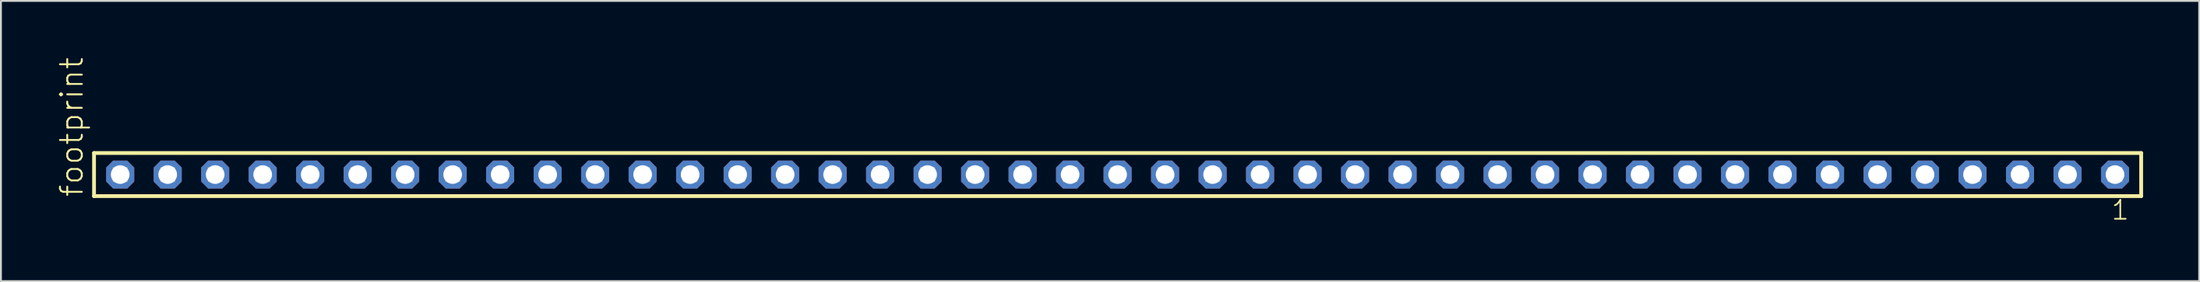
<source format=kicad_pcb>
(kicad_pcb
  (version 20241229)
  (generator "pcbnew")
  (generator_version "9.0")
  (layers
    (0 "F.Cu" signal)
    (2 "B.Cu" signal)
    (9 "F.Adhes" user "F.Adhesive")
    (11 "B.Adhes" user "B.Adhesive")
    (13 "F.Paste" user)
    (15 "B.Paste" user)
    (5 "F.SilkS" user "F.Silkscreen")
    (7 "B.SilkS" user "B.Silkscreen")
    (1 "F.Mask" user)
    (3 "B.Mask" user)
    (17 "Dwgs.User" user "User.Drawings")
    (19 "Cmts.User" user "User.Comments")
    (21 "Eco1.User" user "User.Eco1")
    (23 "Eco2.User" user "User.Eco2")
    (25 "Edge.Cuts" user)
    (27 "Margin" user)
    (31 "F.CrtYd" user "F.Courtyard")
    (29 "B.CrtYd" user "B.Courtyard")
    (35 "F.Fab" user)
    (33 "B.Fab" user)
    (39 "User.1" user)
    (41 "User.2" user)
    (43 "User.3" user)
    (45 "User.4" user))
  (footprint "footprint"
    (layer "F.Cu")
    (at 56.718 6.312)
    (property "Reference" "footprint" (at -55.245 1.27 90) (layer "F.SilkS") (effects (font (size 1.168 1.168) (thickness 0.102)) (justify left bottom)))
    (fp_line (start -54.739 -1.155) (end 54.739 -1.155) (stroke (width 0.203) (type solid)) (layer "F.SilkS"))
    (fp_line (start -54.739 1.155) (end -54.739 -1.155) (stroke (width 0.203) (type solid)) (layer "F.SilkS"))
    (fp_line (start 54.739 -1.155) (end 54.739 1.155) (stroke (width 0.203) (type solid)) (layer "F.SilkS"))
    (fp_line (start 54.739 1.155) (end -54.739 1.155) (stroke (width 0.203) (type solid)) (layer "F.SilkS"))
    (fp_poly (pts (xy -53.69 0.35) (xy -52.99 0.35) (xy -52.99 -0.35) (xy -53.69 -0.35)) (stroke (width 0.1) (type solid)) (fill no) (layer "F.Fab"))
    (fp_poly (pts (xy -51.15 0.35) (xy -50.45 0.35) (xy -50.45 -0.35) (xy -51.15 -0.35)) (stroke (width 0.1) (type solid)) (fill no) (layer "F.Fab"))
    (fp_poly (pts (xy -48.61 0.35) (xy -47.91 0.35) (xy -47.91 -0.35) (xy -48.61 -0.35)) (stroke (width 0.1) (type solid)) (fill no) (layer "F.Fab"))
    (fp_poly (pts (xy -46.07 0.35) (xy -45.37 0.35) (xy -45.37 -0.35) (xy -46.07 -0.35)) (stroke (width 0.1) (type solid)) (fill no) (layer "F.Fab"))
    (fp_poly (pts (xy -43.53 0.35) (xy -42.83 0.35) (xy -42.83 -0.35) (xy -43.53 -0.35)) (stroke (width 0.1) (type solid)) (fill no) (layer "F.Fab"))
    (fp_poly (pts (xy -40.99 0.35) (xy -40.29 0.35) (xy -40.29 -0.35) (xy -40.99 -0.35)) (stroke (width 0.1) (type solid)) (fill no) (layer "F.Fab"))
    (fp_poly (pts (xy -38.45 0.35) (xy -37.75 0.35) (xy -37.75 -0.35) (xy -38.45 -0.35)) (stroke (width 0.1) (type solid)) (fill no) (layer "F.Fab"))
    (fp_poly (pts (xy -35.91 0.35) (xy -35.21 0.35) (xy -35.21 -0.35) (xy -35.91 -0.35)) (stroke (width 0.1) (type solid)) (fill no) (layer "F.Fab"))
    (fp_poly (pts (xy -33.37 0.35) (xy -32.67 0.35) (xy -32.67 -0.35) (xy -33.37 -0.35)) (stroke (width 0.1) (type solid)) (fill no) (layer "F.Fab"))
    (fp_poly (pts (xy -30.83 0.35) (xy -30.13 0.35) (xy -30.13 -0.35) (xy -30.83 -0.35)) (stroke (width 0.1) (type solid)) (fill no) (layer "F.Fab"))
    (fp_poly (pts (xy -28.29 0.35) (xy -27.59 0.35) (xy -27.59 -0.35) (xy -28.29 -0.35)) (stroke (width 0.1) (type solid)) (fill no) (layer "F.Fab"))
    (fp_poly (pts (xy -25.75 0.35) (xy -25.05 0.35) (xy -25.05 -0.35) (xy -25.75 -0.35)) (stroke (width 0.1) (type solid)) (fill no) (layer "F.Fab"))
    (fp_poly (pts (xy -23.21 0.35) (xy -22.51 0.35) (xy -22.51 -0.35) (xy -23.21 -0.35)) (stroke (width 0.1) (type solid)) (fill no) (layer "F.Fab"))
    (fp_poly (pts (xy -20.67 0.35) (xy -19.97 0.35) (xy -19.97 -0.35) (xy -20.67 -0.35)) (stroke (width 0.1) (type solid)) (fill no) (layer "F.Fab"))
    (fp_poly (pts (xy -18.13 0.35) (xy -17.43 0.35) (xy -17.43 -0.35) (xy -18.13 -0.35)) (stroke (width 0.1) (type solid)) (fill no) (layer "F.Fab"))
    (fp_poly (pts (xy -15.59 0.35) (xy -14.89 0.35) (xy -14.89 -0.35) (xy -15.59 -0.35)) (stroke (width 0.1) (type solid)) (fill no) (layer "F.Fab"))
    (fp_poly (pts (xy -13.05 0.35) (xy -12.35 0.35) (xy -12.35 -0.35) (xy -13.05 -0.35)) (stroke (width 0.1) (type solid)) (fill no) (layer "F.Fab"))
    (fp_poly (pts (xy -10.51 0.35) (xy -9.81 0.35) (xy -9.81 -0.35) (xy -10.51 -0.35)) (stroke (width 0.1) (type solid)) (fill no) (layer "F.Fab"))
    (fp_poly (pts (xy -7.97 0.35) (xy -7.27 0.35) (xy -7.27 -0.35) (xy -7.97 -0.35)) (stroke (width 0.1) (type solid)) (fill no) (layer "F.Fab"))
    (fp_poly (pts (xy -5.43 0.35) (xy -4.73 0.35) (xy -4.73 -0.35) (xy -5.43 -0.35)) (stroke (width 0.1) (type solid)) (fill no) (layer "F.Fab"))
    (fp_poly (pts (xy -2.89 0.35) (xy -2.19 0.35) (xy -2.19 -0.35) (xy -2.89 -0.35)) (stroke (width 0.1) (type solid)) (fill no) (layer "F.Fab"))
    (fp_poly (pts (xy -0.35 0.35) (xy 0.35 0.35) (xy 0.35 -0.35) (xy -0.35 -0.35)) (stroke (width 0.1) (type solid)) (fill no) (layer "F.Fab"))
    (fp_poly (pts (xy 2.19 0.35) (xy 2.89 0.35) (xy 2.89 -0.35) (xy 2.19 -0.35)) (stroke (width 0.1) (type solid)) (fill no) (layer "F.Fab"))
    (fp_poly (pts (xy 4.73 0.35) (xy 5.43 0.35) (xy 5.43 -0.35) (xy 4.73 -0.35)) (stroke (width 0.1) (type solid)) (fill no) (layer "F.Fab"))
    (fp_poly (pts (xy 7.27 0.35) (xy 7.97 0.35) (xy 7.97 -0.35) (xy 7.27 -0.35)) (stroke (width 0.1) (type solid)) (fill no) (layer "F.Fab"))
    (fp_poly (pts (xy 9.81 0.35) (xy 10.51 0.35) (xy 10.51 -0.35) (xy 9.81 -0.35)) (stroke (width 0.1) (type solid)) (fill no) (layer "F.Fab"))
    (fp_poly (pts (xy 12.35 0.35) (xy 13.05 0.35) (xy 13.05 -0.35) (xy 12.35 -0.35)) (stroke (width 0.1) (type solid)) (fill no) (layer "F.Fab"))
    (fp_poly (pts (xy 14.89 0.35) (xy 15.59 0.35) (xy 15.59 -0.35) (xy 14.89 -0.35)) (stroke (width 0.1) (type solid)) (fill no) (layer "F.Fab"))
    (fp_poly (pts (xy 17.43 0.35) (xy 18.13 0.35) (xy 18.13 -0.35) (xy 17.43 -0.35)) (stroke (width 0.1) (type solid)) (fill no) (layer "F.Fab"))
    (fp_poly (pts (xy 19.97 0.35) (xy 20.67 0.35) (xy 20.67 -0.35) (xy 19.97 -0.35)) (stroke (width 0.1) (type solid)) (fill no) (layer "F.Fab"))
    (fp_poly (pts (xy 22.51 0.35) (xy 23.21 0.35) (xy 23.21 -0.35) (xy 22.51 -0.35)) (stroke (width 0.1) (type solid)) (fill no) (layer "F.Fab"))
    (fp_poly (pts (xy 25.05 0.35) (xy 25.75 0.35) (xy 25.75 -0.35) (xy 25.05 -0.35)) (stroke (width 0.1) (type solid)) (fill no) (layer "F.Fab"))
    (fp_poly (pts (xy 27.59 0.35) (xy 28.29 0.35) (xy 28.29 -0.35) (xy 27.59 -0.35)) (stroke (width 0.1) (type solid)) (fill no) (layer "F.Fab"))
    (fp_poly (pts (xy 30.13 0.35) (xy 30.83 0.35) (xy 30.83 -0.35) (xy 30.13 -0.35)) (stroke (width 0.1) (type solid)) (fill no) (layer "F.Fab"))
    (fp_poly (pts (xy 32.67 0.35) (xy 33.37 0.35) (xy 33.37 -0.35) (xy 32.67 -0.35)) (stroke (width 0.1) (type solid)) (fill no) (layer "F.Fab"))
    (fp_poly (pts (xy 35.21 0.35) (xy 35.91 0.35) (xy 35.91 -0.35) (xy 35.21 -0.35)) (stroke (width 0.1) (type solid)) (fill no) (layer "F.Fab"))
    (fp_poly (pts (xy 37.75 0.35) (xy 38.45 0.35) (xy 38.45 -0.35) (xy 37.75 -0.35)) (stroke (width 0.1) (type solid)) (fill no) (layer "F.Fab"))
    (fp_poly (pts (xy 40.29 0.35) (xy 40.99 0.35) (xy 40.99 -0.35) (xy 40.29 -0.35)) (stroke (width 0.1) (type solid)) (fill no) (layer "F.Fab"))
    (fp_poly (pts (xy 42.83 0.35) (xy 43.53 0.35) (xy 43.53 -0.35) (xy 42.83 -0.35)) (stroke (width 0.1) (type solid)) (fill no) (layer "F.Fab"))
    (fp_poly (pts (xy 45.37 0.35) (xy 46.07 0.35) (xy 46.07 -0.35) (xy 45.37 -0.35)) (stroke (width 0.1) (type solid)) (fill no) (layer "F.Fab"))
    (fp_poly (pts (xy 47.91 0.35) (xy 48.61 0.35) (xy 48.61 -0.35) (xy 47.91 -0.35)) (stroke (width 0.1) (type solid)) (fill no) (layer "F.Fab"))
    (fp_poly (pts (xy 50.45 0.35) (xy 51.15 0.35) (xy 51.15 -0.35) (xy 50.45 -0.35)) (stroke (width 0.1) (type solid)) (fill no) (layer "F.Fab"))
    (fp_poly (pts (xy 52.99 0.35) (xy 53.69 0.35) (xy 53.69 -0.35) (xy 52.99 -0.35)) (stroke (width 0.1) (type solid)) (fill no) (layer "F.Fab"))
    (fp_text user "1" (at 53.082 2.498 0) (layer "F.SilkS") (effects (font (size 1.012 1.012) (thickness 0.088)) (justify left bottom)))
    (pad "1" thru_hole roundrect (at 53.34 0 180) (size 1.5 1.5) (drill 1) (layers "*.Cu" "*.Mask") (roundrect_rratio 0.25) (chamfer_ratio 0.25) (chamfer top_left top_right bottom_left bottom_right))
    (pad "2" thru_hole roundrect (at 50.8 0 180) (size 1.5 1.5) (drill 1) (layers "*.Cu" "*.Mask") (roundrect_rratio 0.25) (chamfer_ratio 0.25) (chamfer top_left top_right bottom_left bottom_right))
    (pad "3" thru_hole roundrect (at 48.26 0 180) (size 1.5 1.5) (drill 1) (layers "*.Cu" "*.Mask") (roundrect_rratio 0.25) (chamfer_ratio 0.25) (chamfer top_left top_right bottom_left bottom_right))
    (pad "4" thru_hole roundrect (at 45.72 0 180) (size 1.5 1.5) (drill 1) (layers "*.Cu" "*.Mask") (roundrect_rratio 0.25) (chamfer_ratio 0.25) (chamfer top_left top_right bottom_left bottom_right))
    (pad "5" thru_hole roundrect (at 43.18 0 180) (size 1.5 1.5) (drill 1) (layers "*.Cu" "*.Mask") (roundrect_rratio 0.25) (chamfer_ratio 0.25) (chamfer top_left top_right bottom_left bottom_right))
    (pad "6" thru_hole roundrect (at 40.64 0 180) (size 1.5 1.5) (drill 1) (layers "*.Cu" "*.Mask") (roundrect_rratio 0.25) (chamfer_ratio 0.25) (chamfer top_left top_right bottom_left bottom_right))
    (pad "7" thru_hole roundrect (at 38.1 0 180) (size 1.5 1.5) (drill 1) (layers "*.Cu" "*.Mask") (roundrect_rratio 0.25) (chamfer_ratio 0.25) (chamfer top_left top_right bottom_left bottom_right))
    (pad "8" thru_hole roundrect (at 35.56 0 180) (size 1.5 1.5) (drill 1) (layers "*.Cu" "*.Mask") (roundrect_rratio 0.25) (chamfer_ratio 0.25) (chamfer top_left top_right bottom_left bottom_right))
    (pad "9" thru_hole roundrect (at 33.02 0 180) (size 1.5 1.5) (drill 1) (layers "*.Cu" "*.Mask") (roundrect_rratio 0.25) (chamfer_ratio 0.25) (chamfer top_left top_right bottom_left bottom_right))
    (pad "10" thru_hole roundrect (at 30.48 0 180) (size 1.5 1.5) (drill 1) (layers "*.Cu" "*.Mask") (roundrect_rratio 0.25) (chamfer_ratio 0.25) (chamfer top_left top_right bottom_left bottom_right))
    (pad "11" thru_hole roundrect (at 27.94 0 180) (size 1.5 1.5) (drill 1) (layers "*.Cu" "*.Mask") (roundrect_rratio 0.25) (chamfer_ratio 0.25) (chamfer top_left top_right bottom_left bottom_right))
    (pad "12" thru_hole roundrect (at 25.4 0 180) (size 1.5 1.5) (drill 1) (layers "*.Cu" "*.Mask") (roundrect_rratio 0.25) (chamfer_ratio 0.25) (chamfer top_left top_right bottom_left bottom_right))
    (pad "13" thru_hole roundrect (at 22.86 0 180) (size 1.5 1.5) (drill 1) (layers "*.Cu" "*.Mask") (roundrect_rratio 0.25) (chamfer_ratio 0.25) (chamfer top_left top_right bottom_left bottom_right))
    (pad "14" thru_hole roundrect (at 20.32 0 180) (size 1.5 1.5) (drill 1) (layers "*.Cu" "*.Mask") (roundrect_rratio 0.25) (chamfer_ratio 0.25) (chamfer top_left top_right bottom_left bottom_right))
    (pad "15" thru_hole roundrect (at 17.78 0 180) (size 1.5 1.5) (drill 1) (layers "*.Cu" "*.Mask") (roundrect_rratio 0.25) (chamfer_ratio 0.25) (chamfer top_left top_right bottom_left bottom_right))
    (pad "16" thru_hole roundrect (at 15.24 0 180) (size 1.5 1.5) (drill 1) (layers "*.Cu" "*.Mask") (roundrect_rratio 0.25) (chamfer_ratio 0.25) (chamfer top_left top_right bottom_left bottom_right))
    (pad "17" thru_hole roundrect (at 12.7 0 180) (size 1.5 1.5) (drill 1) (layers "*.Cu" "*.Mask") (roundrect_rratio 0.25) (chamfer_ratio 0.25) (chamfer top_left top_right bottom_left bottom_right))
    (pad "18" thru_hole roundrect (at 10.16 0 180) (size 1.5 1.5) (drill 1) (layers "*.Cu" "*.Mask") (roundrect_rratio 0.25) (chamfer_ratio 0.25) (chamfer top_left top_right bottom_left bottom_right))
    (pad "19" thru_hole roundrect (at 7.62 0 180) (size 1.5 1.5) (drill 1) (layers "*.Cu" "*.Mask") (roundrect_rratio 0.25) (chamfer_ratio 0.25) (chamfer top_left top_right bottom_left bottom_right))
    (pad "20" thru_hole roundrect (at 5.08 0 180) (size 1.5 1.5) (drill 1) (layers "*.Cu" "*.Mask") (roundrect_rratio 0.25) (chamfer_ratio 0.25) (chamfer top_left top_right bottom_left bottom_right))
    (pad "21" thru_hole roundrect (at 2.54 0 180) (size 1.5 1.5) (drill 1) (layers "*.Cu" "*.Mask") (roundrect_rratio 0.25) (chamfer_ratio 0.25) (chamfer top_left top_right bottom_left bottom_right))
    (pad "22" thru_hole roundrect (at 0 0 180) (size 1.5 1.5) (drill 1) (layers "*.Cu" "*.Mask") (roundrect_rratio 0.25) (chamfer_ratio 0.25) (chamfer top_left top_right bottom_left bottom_right))
    (pad "23" thru_hole roundrect (at -2.54 0 180) (size 1.5 1.5) (drill 1) (layers "*.Cu" "*.Mask") (roundrect_rratio 0.25) (chamfer_ratio 0.25) (chamfer top_left top_right bottom_left bottom_right))
    (pad "24" thru_hole roundrect (at -5.08 0 180) (size 1.5 1.5) (drill 1) (layers "*.Cu" "*.Mask") (roundrect_rratio 0.25) (chamfer_ratio 0.25) (chamfer top_left top_right bottom_left bottom_right))
    (pad "25" thru_hole roundrect (at -7.62 0 180) (size 1.5 1.5) (drill 1) (layers "*.Cu" "*.Mask") (roundrect_rratio 0.25) (chamfer_ratio 0.25) (chamfer top_left top_right bottom_left bottom_right))
    (pad "26" thru_hole roundrect (at -10.16 0 180) (size 1.5 1.5) (drill 1) (layers "*.Cu" "*.Mask") (roundrect_rratio 0.25) (chamfer_ratio 0.25) (chamfer top_left top_right bottom_left bottom_right))
    (pad "27" thru_hole roundrect (at -12.7 0 180) (size 1.5 1.5) (drill 1) (layers "*.Cu" "*.Mask") (roundrect_rratio 0.25) (chamfer_ratio 0.25) (chamfer top_left top_right bottom_left bottom_right))
    (pad "28" thru_hole roundrect (at -15.24 0 180) (size 1.5 1.5) (drill 1) (layers "*.Cu" "*.Mask") (roundrect_rratio 0.25) (chamfer_ratio 0.25) (chamfer top_left top_right bottom_left bottom_right))
    (pad "29" thru_hole roundrect (at -17.78 0 180) (size 1.5 1.5) (drill 1) (layers "*.Cu" "*.Mask") (roundrect_rratio 0.25) (chamfer_ratio 0.25) (chamfer top_left top_right bottom_left bottom_right))
    (pad "30" thru_hole roundrect (at -20.32 0 180) (size 1.5 1.5) (drill 1) (layers "*.Cu" "*.Mask") (roundrect_rratio 0.25) (chamfer_ratio 0.25) (chamfer top_left top_right bottom_left bottom_right))
    (pad "31" thru_hole roundrect (at -22.86 0 180) (size 1.5 1.5) (drill 1) (layers "*.Cu" "*.Mask") (roundrect_rratio 0.25) (chamfer_ratio 0.25) (chamfer top_left top_right bottom_left bottom_right))
    (pad "32" thru_hole roundrect (at -25.4 0 180) (size 1.5 1.5) (drill 1) (layers "*.Cu" "*.Mask") (roundrect_rratio 0.25) (chamfer_ratio 0.25) (chamfer top_left top_right bottom_left bottom_right))
    (pad "33" thru_hole roundrect (at -27.94 0 180) (size 1.5 1.5) (drill 1) (layers "*.Cu" "*.Mask") (roundrect_rratio 0.25) (chamfer_ratio 0.25) (chamfer top_left top_right bottom_left bottom_right))
    (pad "34" thru_hole roundrect (at -30.48 0 180) (size 1.5 1.5) (drill 1) (layers "*.Cu" "*.Mask") (roundrect_rratio 0.25) (chamfer_ratio 0.25) (chamfer top_left top_right bottom_left bottom_right))
    (pad "35" thru_hole roundrect (at -33.02 0 180) (size 1.5 1.5) (drill 1) (layers "*.Cu" "*.Mask") (roundrect_rratio 0.25) (chamfer_ratio 0.25) (chamfer top_left top_right bottom_left bottom_right))
    (pad "36" thru_hole roundrect (at -35.56 0 180) (size 1.5 1.5) (drill 1) (layers "*.Cu" "*.Mask") (roundrect_rratio 0.25) (chamfer_ratio 0.25) (chamfer top_left top_right bottom_left bottom_right))
    (pad "37" thru_hole roundrect (at -38.1 0 180) (size 1.5 1.5) (drill 1) (layers "*.Cu" "*.Mask") (roundrect_rratio 0.25) (chamfer_ratio 0.25) (chamfer top_left top_right bottom_left bottom_right))
    (pad "38" thru_hole roundrect (at -40.64 0 180) (size 1.5 1.5) (drill 1) (layers "*.Cu" "*.Mask") (roundrect_rratio 0.25) (chamfer_ratio 0.25) (chamfer top_left top_right bottom_left bottom_right))
    (pad "39" thru_hole roundrect (at -43.18 0 180) (size 1.5 1.5) (drill 1) (layers "*.Cu" "*.Mask") (roundrect_rratio 0.25) (chamfer_ratio 0.25) (chamfer top_left top_right bottom_left bottom_right))
    (pad "40" thru_hole roundrect (at -45.72 0 180) (size 1.5 1.5) (drill 1) (layers "*.Cu" "*.Mask") (roundrect_rratio 0.25) (chamfer_ratio 0.25) (chamfer top_left top_right bottom_left bottom_right))
    (pad "41" thru_hole roundrect (at -48.26 0 180) (size 1.5 1.5) (drill 1) (layers "*.Cu" "*.Mask") (roundrect_rratio 0.25) (chamfer_ratio 0.25) (chamfer top_left top_right bottom_left bottom_right))
    (pad "42" thru_hole roundrect (at -50.8 0 180) (size 1.5 1.5) (drill 1) (layers "*.Cu" "*.Mask") (roundrect_rratio 0.25) (chamfer_ratio 0.25) (chamfer top_left top_right bottom_left bottom_right))
    (pad "43" thru_hole roundrect (at -53.34 0 180) (size 1.5 1.5) (drill 1) (layers "*.Cu" "*.Mask") (roundrect_rratio 0.25) (chamfer_ratio 0.25) (chamfer top_left top_right bottom_left bottom_right)))
  (gr_rect
    (start -3 -3)
    (end 114.559 12.027)
    (stroke (width 0.1) (type default))
    (fill no)
    (layer "Edge.Cuts")))
</source>
